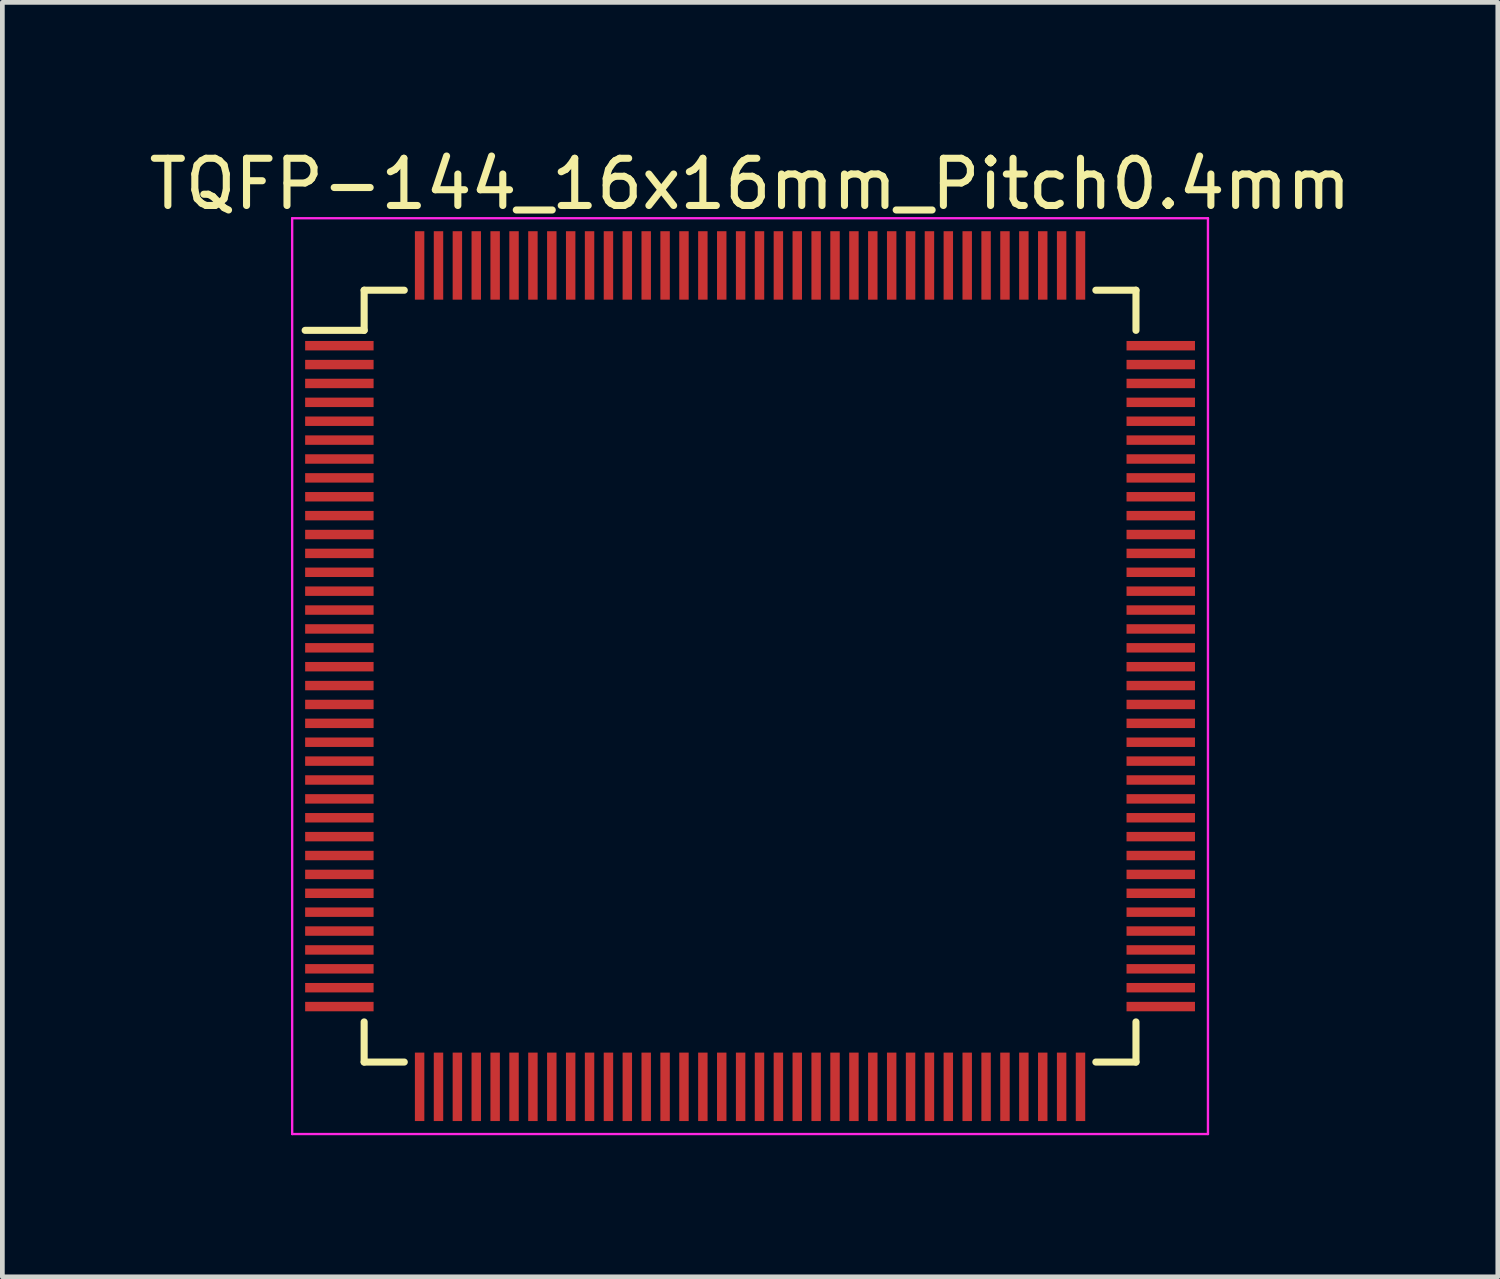
<source format=kicad_pcb>
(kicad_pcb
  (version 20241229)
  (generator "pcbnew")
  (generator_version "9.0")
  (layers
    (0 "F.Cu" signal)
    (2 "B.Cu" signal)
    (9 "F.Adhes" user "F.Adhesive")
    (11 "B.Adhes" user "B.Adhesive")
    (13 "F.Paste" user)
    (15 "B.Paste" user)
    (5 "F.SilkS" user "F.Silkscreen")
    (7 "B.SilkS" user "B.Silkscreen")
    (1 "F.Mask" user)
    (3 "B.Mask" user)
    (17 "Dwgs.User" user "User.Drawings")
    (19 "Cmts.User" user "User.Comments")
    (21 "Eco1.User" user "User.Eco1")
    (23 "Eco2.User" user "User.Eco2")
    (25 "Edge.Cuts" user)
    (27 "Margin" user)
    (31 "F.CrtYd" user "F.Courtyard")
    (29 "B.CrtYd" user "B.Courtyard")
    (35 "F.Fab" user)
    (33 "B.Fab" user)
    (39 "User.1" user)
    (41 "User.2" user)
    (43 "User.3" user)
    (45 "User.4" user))
  (footprint "TQFP-144_16x16mm_Pitch0.4mm"
    (layer "F.Cu")
    (at 12.839 11.273)
    (property "Reference" "TQFP-144_16x16mm_Pitch0.4mm" (at 0 -10.425 0) (layer "F.SilkS") (effects (font (size 1 1) (thickness 0.15))))
    (attr smd)
    (fp_line (start -8.175 -8.175) (end -8.175 -7.325) (stroke (width 0.15) (type solid)) (layer "F.SilkS"))
    (fp_line (start -8.175 -8.175) (end -7.325 -8.175) (stroke (width 0.15) (type solid)) (layer "F.SilkS"))
    (fp_line (start -8.175 -7.325) (end -9.425 -7.325) (stroke (width 0.15) (type solid)) (layer "F.SilkS"))
    (fp_line (start -8.175 8.175) (end -8.175 7.325) (stroke (width 0.15) (type solid)) (layer "F.SilkS"))
    (fp_line (start -8.175 8.175) (end -7.325 8.175) (stroke (width 0.15) (type solid)) (layer "F.SilkS"))
    (fp_line (start 8.175 -8.175) (end 7.325 -8.175) (stroke (width 0.15) (type solid)) (layer "F.SilkS"))
    (fp_line (start 8.175 -8.175) (end 8.175 -7.325) (stroke (width 0.15) (type solid)) (layer "F.SilkS"))
    (fp_line (start 8.175 8.175) (end 7.325 8.175) (stroke (width 0.15) (type solid)) (layer "F.SilkS"))
    (fp_line (start 8.175 8.175) (end 8.175 7.325) (stroke (width 0.15) (type solid)) (layer "F.SilkS"))
    (fp_line (start -9.7 -9.7) (end -9.7 9.7) (stroke (width 0.05) (type solid)) (layer "F.CrtYd"))
    (fp_line (start -9.7 -9.7) (end 9.7 -9.7) (stroke (width 0.05) (type solid)) (layer "F.CrtYd"))
    (fp_line (start -9.7 9.7) (end 9.7 9.7) (stroke (width 0.05) (type solid)) (layer "F.CrtYd"))
    (fp_line (start 9.7 -9.7) (end 9.7 9.7) (stroke (width 0.05) (type solid)) (layer "F.CrtYd"))
    (pad "1" smd rect (at -8.7 -7) (size 1.45 0.2) (layers "F.Cu" "F.Mask" "F.Paste"))
    (pad "2" smd rect (at -8.7 -6.6) (size 1.45 0.2) (layers "F.Cu" "F.Mask" "F.Paste"))
    (pad "3" smd rect (at -8.7 -6.2) (size 1.45 0.2) (layers "F.Cu" "F.Mask" "F.Paste"))
    (pad "4" smd rect (at -8.7 -5.8) (size 1.45 0.2) (layers "F.Cu" "F.Mask" "F.Paste"))
    (pad "5" smd rect (at -8.7 -5.4) (size 1.45 0.2) (layers "F.Cu" "F.Mask" "F.Paste"))
    (pad "6" smd rect (at -8.7 -5) (size 1.45 0.2) (layers "F.Cu" "F.Mask" "F.Paste"))
    (pad "7" smd rect (at -8.7 -4.6) (size 1.45 0.2) (layers "F.Cu" "F.Mask" "F.Paste"))
    (pad "8" smd rect (at -8.7 -4.2) (size 1.45 0.2) (layers "F.Cu" "F.Mask" "F.Paste"))
    (pad "9" smd rect (at -8.7 -3.8) (size 1.45 0.2) (layers "F.Cu" "F.Mask" "F.Paste"))
    (pad "10" smd rect (at -8.7 -3.4) (size 1.45 0.2) (layers "F.Cu" "F.Mask" "F.Paste"))
    (pad "11" smd rect (at -8.7 -3) (size 1.45 0.2) (layers "F.Cu" "F.Mask" "F.Paste"))
    (pad "12" smd rect (at -8.7 -2.6) (size 1.45 0.2) (layers "F.Cu" "F.Mask" "F.Paste"))
    (pad "13" smd rect (at -8.7 -2.2) (size 1.45 0.2) (layers "F.Cu" "F.Mask" "F.Paste"))
    (pad "14" smd rect (at -8.7 -1.8) (size 1.45 0.2) (layers "F.Cu" "F.Mask" "F.Paste"))
    (pad "15" smd rect (at -8.7 -1.4) (size 1.45 0.2) (layers "F.Cu" "F.Mask" "F.Paste"))
    (pad "16" smd rect (at -8.7 -1) (size 1.45 0.2) (layers "F.Cu" "F.Mask" "F.Paste"))
    (pad "17" smd rect (at -8.7 -0.6) (size 1.45 0.2) (layers "F.Cu" "F.Mask" "F.Paste"))
    (pad "18" smd rect (at -8.7 -0.2) (size 1.45 0.2) (layers "F.Cu" "F.Mask" "F.Paste"))
    (pad "19" smd rect (at -8.7 0.2) (size 1.45 0.2) (layers "F.Cu" "F.Mask" "F.Paste"))
    (pad "20" smd rect (at -8.7 0.6) (size 1.45 0.2) (layers "F.Cu" "F.Mask" "F.Paste"))
    (pad "21" smd rect (at -8.7 1) (size 1.45 0.2) (layers "F.Cu" "F.Mask" "F.Paste"))
    (pad "22" smd rect (at -8.7 1.4) (size 1.45 0.2) (layers "F.Cu" "F.Mask" "F.Paste"))
    (pad "23" smd rect (at -8.7 1.8) (size 1.45 0.2) (layers "F.Cu" "F.Mask" "F.Paste"))
    (pad "24" smd rect (at -8.7 2.2) (size 1.45 0.2) (layers "F.Cu" "F.Mask" "F.Paste"))
    (pad "25" smd rect (at -8.7 2.6) (size 1.45 0.2) (layers "F.Cu" "F.Mask" "F.Paste"))
    (pad "26" smd rect (at -8.7 3) (size 1.45 0.2) (layers "F.Cu" "F.Mask" "F.Paste"))
    (pad "27" smd rect (at -8.7 3.4) (size 1.45 0.2) (layers "F.Cu" "F.Mask" "F.Paste"))
    (pad "28" smd rect (at -8.7 3.8) (size 1.45 0.2) (layers "F.Cu" "F.Mask" "F.Paste"))
    (pad "29" smd rect (at -8.7 4.2) (size 1.45 0.2) (layers "F.Cu" "F.Mask" "F.Paste"))
    (pad "30" smd rect (at -8.7 4.6) (size 1.45 0.2) (layers "F.Cu" "F.Mask" "F.Paste"))
    (pad "31" smd rect (at -8.7 5) (size 1.45 0.2) (layers "F.Cu" "F.Mask" "F.Paste"))
    (pad "32" smd rect (at -8.7 5.4) (size 1.45 0.2) (layers "F.Cu" "F.Mask" "F.Paste"))
    (pad "33" smd rect (at -8.7 5.8) (size 1.45 0.2) (layers "F.Cu" "F.Mask" "F.Paste"))
    (pad "34" smd rect (at -8.7 6.2) (size 1.45 0.2) (layers "F.Cu" "F.Mask" "F.Paste"))
    (pad "35" smd rect (at -8.7 6.6) (size 1.45 0.2) (layers "F.Cu" "F.Mask" "F.Paste"))
    (pad "36" smd rect (at -8.7 7) (size 1.45 0.2) (layers "F.Cu" "F.Mask" "F.Paste"))
    (pad "37" smd rect (at -7 8.7 90) (size 1.45 0.2) (layers "F.Cu" "F.Mask" "F.Paste"))
    (pad "38" smd rect (at -6.6 8.7 90) (size 1.45 0.2) (layers "F.Cu" "F.Mask" "F.Paste"))
    (pad "39" smd rect (at -6.2 8.7 90) (size 1.45 0.2) (layers "F.Cu" "F.Mask" "F.Paste"))
    (pad "40" smd rect (at -5.8 8.7 90) (size 1.45 0.2) (layers "F.Cu" "F.Mask" "F.Paste"))
    (pad "41" smd rect (at -5.4 8.7 90) (size 1.45 0.2) (layers "F.Cu" "F.Mask" "F.Paste"))
    (pad "42" smd rect (at -5 8.7 90) (size 1.45 0.2) (layers "F.Cu" "F.Mask" "F.Paste"))
    (pad "43" smd rect (at -4.6 8.7 90) (size 1.45 0.2) (layers "F.Cu" "F.Mask" "F.Paste"))
    (pad "44" smd rect (at -4.2 8.7 90) (size 1.45 0.2) (layers "F.Cu" "F.Mask" "F.Paste"))
    (pad "45" smd rect (at -3.8 8.7 90) (size 1.45 0.2) (layers "F.Cu" "F.Mask" "F.Paste"))
    (pad "46" smd rect (at -3.4 8.7 90) (size 1.45 0.2) (layers "F.Cu" "F.Mask" "F.Paste"))
    (pad "47" smd rect (at -3 8.7 90) (size 1.45 0.2) (layers "F.Cu" "F.Mask" "F.Paste"))
    (pad "48" smd rect (at -2.6 8.7 90) (size 1.45 0.2) (layers "F.Cu" "F.Mask" "F.Paste"))
    (pad "49" smd rect (at -2.2 8.7 90) (size 1.45 0.2) (layers "F.Cu" "F.Mask" "F.Paste"))
    (pad "50" smd rect (at -1.8 8.7 90) (size 1.45 0.2) (layers "F.Cu" "F.Mask" "F.Paste"))
    (pad "51" smd rect (at -1.4 8.7 90) (size 1.45 0.2) (layers "F.Cu" "F.Mask" "F.Paste"))
    (pad "52" smd rect (at -1 8.7 90) (size 1.45 0.2) (layers "F.Cu" "F.Mask" "F.Paste"))
    (pad "53" smd rect (at -0.6 8.7 90) (size 1.45 0.2) (layers "F.Cu" "F.Mask" "F.Paste"))
    (pad "54" smd rect (at -0.2 8.7 90) (size 1.45 0.2) (layers "F.Cu" "F.Mask" "F.Paste"))
    (pad "55" smd rect (at 0.2 8.7 90) (size 1.45 0.2) (layers "F.Cu" "F.Mask" "F.Paste"))
    (pad "56" smd rect (at 0.6 8.7 90) (size 1.45 0.2) (layers "F.Cu" "F.Mask" "F.Paste"))
    (pad "57" smd rect (at 1 8.7 90) (size 1.45 0.2) (layers "F.Cu" "F.Mask" "F.Paste"))
    (pad "58" smd rect (at 1.4 8.7 90) (size 1.45 0.2) (layers "F.Cu" "F.Mask" "F.Paste"))
    (pad "59" smd rect (at 1.8 8.7 90) (size 1.45 0.2) (layers "F.Cu" "F.Mask" "F.Paste"))
    (pad "60" smd rect (at 2.2 8.7 90) (size 1.45 0.2) (layers "F.Cu" "F.Mask" "F.Paste"))
    (pad "61" smd rect (at 2.6 8.7 90) (size 1.45 0.2) (layers "F.Cu" "F.Mask" "F.Paste"))
    (pad "62" smd rect (at 3 8.7 90) (size 1.45 0.2) (layers "F.Cu" "F.Mask" "F.Paste"))
    (pad "63" smd rect (at 3.4 8.7 90) (size 1.45 0.2) (layers "F.Cu" "F.Mask" "F.Paste"))
    (pad "64" smd rect (at 3.8 8.7 90) (size 1.45 0.2) (layers "F.Cu" "F.Mask" "F.Paste"))
    (pad "65" smd rect (at 4.2 8.7 90) (size 1.45 0.2) (layers "F.Cu" "F.Mask" "F.Paste"))
    (pad "66" smd rect (at 4.6 8.7 90) (size 1.45 0.2) (layers "F.Cu" "F.Mask" "F.Paste"))
    (pad "67" smd rect (at 5 8.7 90) (size 1.45 0.2) (layers "F.Cu" "F.Mask" "F.Paste"))
    (pad "68" smd rect (at 5.4 8.7 90) (size 1.45 0.2) (layers "F.Cu" "F.Mask" "F.Paste"))
    (pad "69" smd rect (at 5.8 8.7 90) (size 1.45 0.2) (layers "F.Cu" "F.Mask" "F.Paste"))
    (pad "70" smd rect (at 6.2 8.7 90) (size 1.45 0.2) (layers "F.Cu" "F.Mask" "F.Paste"))
    (pad "71" smd rect (at 6.6 8.7 90) (size 1.45 0.2) (layers "F.Cu" "F.Mask" "F.Paste"))
    (pad "72" smd rect (at 7 8.7 90) (size 1.45 0.2) (layers "F.Cu" "F.Mask" "F.Paste"))
    (pad "73" smd rect (at 8.7 7) (size 1.45 0.2) (layers "F.Cu" "F.Mask" "F.Paste"))
    (pad "74" smd rect (at 8.7 6.6) (size 1.45 0.2) (layers "F.Cu" "F.Mask" "F.Paste"))
    (pad "75" smd rect (at 8.7 6.2) (size 1.45 0.2) (layers "F.Cu" "F.Mask" "F.Paste"))
    (pad "76" smd rect (at 8.7 5.8) (size 1.45 0.2) (layers "F.Cu" "F.Mask" "F.Paste"))
    (pad "77" smd rect (at 8.7 5.4) (size 1.45 0.2) (layers "F.Cu" "F.Mask" "F.Paste"))
    (pad "78" smd rect (at 8.7 5) (size 1.45 0.2) (layers "F.Cu" "F.Mask" "F.Paste"))
    (pad "79" smd rect (at 8.7 4.6) (size 1.45 0.2) (layers "F.Cu" "F.Mask" "F.Paste"))
    (pad "80" smd rect (at 8.7 4.2) (size 1.45 0.2) (layers "F.Cu" "F.Mask" "F.Paste"))
    (pad "81" smd rect (at 8.7 3.8) (size 1.45 0.2) (layers "F.Cu" "F.Mask" "F.Paste"))
    (pad "82" smd rect (at 8.7 3.4) (size 1.45 0.2) (layers "F.Cu" "F.Mask" "F.Paste"))
    (pad "83" smd rect (at 8.7 3) (size 1.45 0.2) (layers "F.Cu" "F.Mask" "F.Paste"))
    (pad "84" smd rect (at 8.7 2.6) (size 1.45 0.2) (layers "F.Cu" "F.Mask" "F.Paste"))
    (pad "85" smd rect (at 8.7 2.2) (size 1.45 0.2) (layers "F.Cu" "F.Mask" "F.Paste"))
    (pad "86" smd rect (at 8.7 1.8) (size 1.45 0.2) (layers "F.Cu" "F.Mask" "F.Paste"))
    (pad "87" smd rect (at 8.7 1.4) (size 1.45 0.2) (layers "F.Cu" "F.Mask" "F.Paste"))
    (pad "88" smd rect (at 8.7 1) (size 1.45 0.2) (layers "F.Cu" "F.Mask" "F.Paste"))
    (pad "89" smd rect (at 8.7 0.6) (size 1.45 0.2) (layers "F.Cu" "F.Mask" "F.Paste"))
    (pad "90" smd rect (at 8.7 0.2) (size 1.45 0.2) (layers "F.Cu" "F.Mask" "F.Paste"))
    (pad "91" smd rect (at 8.7 -0.2) (size 1.45 0.2) (layers "F.Cu" "F.Mask" "F.Paste"))
    (pad "92" smd rect (at 8.7 -0.6) (size 1.45 0.2) (layers "F.Cu" "F.Mask" "F.Paste"))
    (pad "93" smd rect (at 8.7 -1) (size 1.45 0.2) (layers "F.Cu" "F.Mask" "F.Paste"))
    (pad "94" smd rect (at 8.7 -1.4) (size 1.45 0.2) (layers "F.Cu" "F.Mask" "F.Paste"))
    (pad "95" smd rect (at 8.7 -1.8) (size 1.45 0.2) (layers "F.Cu" "F.Mask" "F.Paste"))
    (pad "96" smd rect (at 8.7 -2.2) (size 1.45 0.2) (layers "F.Cu" "F.Mask" "F.Paste"))
    (pad "97" smd rect (at 8.7 -2.6) (size 1.45 0.2) (layers "F.Cu" "F.Mask" "F.Paste"))
    (pad "98" smd rect (at 8.7 -3) (size 1.45 0.2) (layers "F.Cu" "F.Mask" "F.Paste"))
    (pad "99" smd rect (at 8.7 -3.4) (size 1.45 0.2) (layers "F.Cu" "F.Mask" "F.Paste"))
    (pad "100" smd rect (at 8.7 -3.8) (size 1.45 0.2) (layers "F.Cu" "F.Mask" "F.Paste"))
    (pad "101" smd rect (at 8.7 -4.2) (size 1.45 0.2) (layers "F.Cu" "F.Mask" "F.Paste"))
    (pad "102" smd rect (at 8.7 -4.6) (size 1.45 0.2) (layers "F.Cu" "F.Mask" "F.Paste"))
    (pad "103" smd rect (at 8.7 -5) (size 1.45 0.2) (layers "F.Cu" "F.Mask" "F.Paste"))
    (pad "104" smd rect (at 8.7 -5.4) (size 1.45 0.2) (layers "F.Cu" "F.Mask" "F.Paste"))
    (pad "105" smd rect (at 8.7 -5.8) (size 1.45 0.2) (layers "F.Cu" "F.Mask" "F.Paste"))
    (pad "106" smd rect (at 8.7 -6.2) (size 1.45 0.2) (layers "F.Cu" "F.Mask" "F.Paste"))
    (pad "107" smd rect (at 8.7 -6.6) (size 1.45 0.2) (layers "F.Cu" "F.Mask" "F.Paste"))
    (pad "108" smd rect (at 8.7 -7) (size 1.45 0.2) (layers "F.Cu" "F.Mask" "F.Paste"))
    (pad "109" smd rect (at 7 -8.7 90) (size 1.45 0.2) (layers "F.Cu" "F.Mask" "F.Paste"))
    (pad "110" smd rect (at 6.6 -8.7 90) (size 1.45 0.2) (layers "F.Cu" "F.Mask" "F.Paste"))
    (pad "111" smd rect (at 6.2 -8.7 90) (size 1.45 0.2) (layers "F.Cu" "F.Mask" "F.Paste"))
    (pad "112" smd rect (at 5.8 -8.7 90) (size 1.45 0.2) (layers "F.Cu" "F.Mask" "F.Paste"))
    (pad "113" smd rect (at 5.4 -8.7 90) (size 1.45 0.2) (layers "F.Cu" "F.Mask" "F.Paste"))
    (pad "114" smd rect (at 5 -8.7 90) (size 1.45 0.2) (layers "F.Cu" "F.Mask" "F.Paste"))
    (pad "115" smd rect (at 4.6 -8.7 90) (size 1.45 0.2) (layers "F.Cu" "F.Mask" "F.Paste"))
    (pad "116" smd rect (at 4.2 -8.7 90) (size 1.45 0.2) (layers "F.Cu" "F.Mask" "F.Paste"))
    (pad "117" smd rect (at 3.8 -8.7 90) (size 1.45 0.2) (layers "F.Cu" "F.Mask" "F.Paste"))
    (pad "118" smd rect (at 3.4 -8.7 90) (size 1.45 0.2) (layers "F.Cu" "F.Mask" "F.Paste"))
    (pad "119" smd rect (at 3 -8.7 90) (size 1.45 0.2) (layers "F.Cu" "F.Mask" "F.Paste"))
    (pad "120" smd rect (at 2.6 -8.7 90) (size 1.45 0.2) (layers "F.Cu" "F.Mask" "F.Paste"))
    (pad "121" smd rect (at 2.2 -8.7 90) (size 1.45 0.2) (layers "F.Cu" "F.Mask" "F.Paste"))
    (pad "122" smd rect (at 1.8 -8.7 90) (size 1.45 0.2) (layers "F.Cu" "F.Mask" "F.Paste"))
    (pad "123" smd rect (at 1.4 -8.7 90) (size 1.45 0.2) (layers "F.Cu" "F.Mask" "F.Paste"))
    (pad "124" smd rect (at 1 -8.7 90) (size 1.45 0.2) (layers "F.Cu" "F.Mask" "F.Paste"))
    (pad "125" smd rect (at 0.6 -8.7 90) (size 1.45 0.2) (layers "F.Cu" "F.Mask" "F.Paste"))
    (pad "126" smd rect (at 0.2 -8.7 90) (size 1.45 0.2) (layers "F.Cu" "F.Mask" "F.Paste"))
    (pad "127" smd rect (at -0.2 -8.7 90) (size 1.45 0.2) (layers "F.Cu" "F.Mask" "F.Paste"))
    (pad "128" smd rect (at -0.6 -8.7 90) (size 1.45 0.2) (layers "F.Cu" "F.Mask" "F.Paste"))
    (pad "129" smd rect (at -1 -8.7 90) (size 1.45 0.2) (layers "F.Cu" "F.Mask" "F.Paste"))
    (pad "130" smd rect (at -1.4 -8.7 90) (size 1.45 0.2) (layers "F.Cu" "F.Mask" "F.Paste"))
    (pad "131" smd rect (at -1.8 -8.7 90) (size 1.45 0.2) (layers "F.Cu" "F.Mask" "F.Paste"))
    (pad "132" smd rect (at -2.2 -8.7 90) (size 1.45 0.2) (layers "F.Cu" "F.Mask" "F.Paste"))
    (pad "133" smd rect (at -2.6 -8.7 90) (size 1.45 0.2) (layers "F.Cu" "F.Mask" "F.Paste"))
    (pad "134" smd rect (at -3 -8.7 90) (size 1.45 0.2) (layers "F.Cu" "F.Mask" "F.Paste"))
    (pad "135" smd rect (at -3.4 -8.7 90) (size 1.45 0.2) (layers "F.Cu" "F.Mask" "F.Paste"))
    (pad "136" smd rect (at -3.8 -8.7 90) (size 1.45 0.2) (layers "F.Cu" "F.Mask" "F.Paste"))
    (pad "137" smd rect (at -4.2 -8.7 90) (size 1.45 0.2) (layers "F.Cu" "F.Mask" "F.Paste"))
    (pad "138" smd rect (at -4.6 -8.7 90) (size 1.45 0.2) (layers "F.Cu" "F.Mask" "F.Paste"))
    (pad "139" smd rect (at -5 -8.7 90) (size 1.45 0.2) (layers "F.Cu" "F.Mask" "F.Paste"))
    (pad "140" smd rect (at -5.4 -8.7 90) (size 1.45 0.2) (layers "F.Cu" "F.Mask" "F.Paste"))
    (pad "141" smd rect (at -5.8 -8.7 90) (size 1.45 0.2) (layers "F.Cu" "F.Mask" "F.Paste"))
    (pad "142" smd rect (at -6.2 -8.7 90) (size 1.45 0.2) (layers "F.Cu" "F.Mask" "F.Paste"))
    (pad "143" smd rect (at -6.6 -8.7 90) (size 1.45 0.2) (layers "F.Cu" "F.Mask" "F.Paste"))
    (pad "144" smd rect (at -7 -8.7 90) (size 1.45 0.2) (layers "F.Cu" "F.Mask" "F.Paste")))
  (gr_rect
    (start -3 -3)
    (end 28.679 23.998)
    (stroke (width 0.1) (type default))
    (fill no)
    (layer "Edge.Cuts")))
</source>
